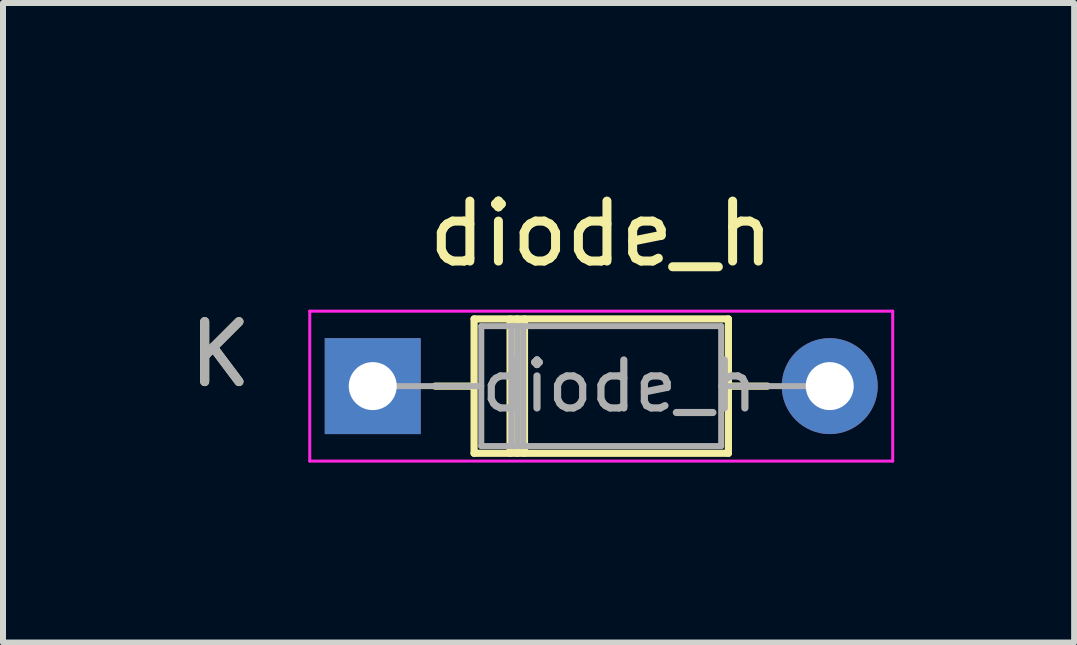
<source format=kicad_pcb>
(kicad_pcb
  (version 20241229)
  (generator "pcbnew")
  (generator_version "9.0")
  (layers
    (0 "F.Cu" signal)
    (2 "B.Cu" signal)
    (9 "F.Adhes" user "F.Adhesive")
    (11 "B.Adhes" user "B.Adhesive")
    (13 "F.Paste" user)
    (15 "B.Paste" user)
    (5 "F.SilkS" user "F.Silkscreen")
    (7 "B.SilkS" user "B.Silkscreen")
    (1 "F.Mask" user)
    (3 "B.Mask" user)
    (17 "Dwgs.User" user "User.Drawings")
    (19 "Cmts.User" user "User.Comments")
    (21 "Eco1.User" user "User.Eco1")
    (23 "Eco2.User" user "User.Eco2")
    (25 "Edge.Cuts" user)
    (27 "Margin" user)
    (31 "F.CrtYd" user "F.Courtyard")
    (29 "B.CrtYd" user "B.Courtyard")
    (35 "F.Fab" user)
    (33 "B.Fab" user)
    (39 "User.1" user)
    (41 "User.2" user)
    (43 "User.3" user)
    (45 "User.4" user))
  (footprint "diode_h"
    (layer "F.Cu")
    (at 3.165 3.388)
    (property "Reference" "diode_h" (at 3.81 -2.54 0) (layer "F.SilkS") (effects (font (size 1 1) (thickness 0.15))))
    (attr through_hole)
    (fp_line (start 1.04 0) (end 1.69 0) (stroke (width 0.12) (type solid)) (layer "F.SilkS"))
    (fp_line (start 1.69 -1.12) (end 1.69 1.12) (stroke (width 0.12) (type solid)) (layer "F.SilkS"))
    (fp_line (start 1.69 1.12) (end 5.93 1.12) (stroke (width 0.12) (type solid)) (layer "F.SilkS"))
    (fp_line (start 2.29 -1.12) (end 2.29 1.12) (stroke (width 0.12) (type solid)) (layer "F.SilkS"))
    (fp_line (start 2.41 -1.12) (end 2.41 1.12) (stroke (width 0.12) (type solid)) (layer "F.SilkS"))
    (fp_line (start 2.53 -1.12) (end 2.53 1.12) (stroke (width 0.12) (type solid)) (layer "F.SilkS"))
    (fp_line (start 5.93 -1.12) (end 1.69 -1.12) (stroke (width 0.12) (type solid)) (layer "F.SilkS"))
    (fp_line (start 5.93 1.12) (end 5.93 -1.12) (stroke (width 0.12) (type solid)) (layer "F.SilkS"))
    (fp_line (start 6.58 0) (end 5.93 0) (stroke (width 0.12) (type solid)) (layer "F.SilkS"))
    (fp_line (start -1.05 -1.25) (end -1.05 1.25) (stroke (width 0.05) (type solid)) (layer "F.CrtYd"))
    (fp_line (start -1.05 1.25) (end 8.67 1.25) (stroke (width 0.05) (type solid)) (layer "F.CrtYd"))
    (fp_line (start 8.67 -1.25) (end -1.05 -1.25) (stroke (width 0.05) (type solid)) (layer "F.CrtYd"))
    (fp_line (start 8.67 1.25) (end 8.67 -1.25) (stroke (width 0.05) (type solid)) (layer "F.CrtYd"))
    (fp_line (start 0 0) (end 1.81 0) (stroke (width 0.1) (type solid)) (layer "F.Fab"))
    (fp_line (start 1.81 -1) (end 1.81 1) (stroke (width 0.1) (type solid)) (layer "F.Fab"))
    (fp_line (start 1.81 1) (end 5.81 1) (stroke (width 0.1) (type solid)) (layer "F.Fab"))
    (fp_line (start 2.31 -1) (end 2.31 1) (stroke (width 0.1) (type solid)) (layer "F.Fab"))
    (fp_line (start 2.41 -1) (end 2.41 1) (stroke (width 0.1) (type solid)) (layer "F.Fab"))
    (fp_line (start 2.51 -1) (end 2.51 1) (stroke (width 0.1) (type solid)) (layer "F.Fab"))
    (fp_line (start 5.81 -1) (end 1.81 -1) (stroke (width 0.1) (type solid)) (layer "F.Fab"))
    (fp_line (start 5.81 1) (end 5.81 -1) (stroke (width 0.1) (type solid)) (layer "F.Fab"))
    (fp_line (start 7.62 0) (end 5.81 0) (stroke (width 0.1) (type solid)) (layer "F.Fab"))
    (fp_text user "K" (at -2.54 -0.53 180) (layer "F.SilkS") (effects (font (size 1 1) (thickness 0.15))))
    (fp_text user "${REFERENCE}" (at 4.11 0 180) (layer "F.Fab") (effects (font (size 0.8 0.8) (thickness 0.12))))
    (fp_text user "K" (at -2.54 -0.53 180) (layer "F.Fab") (effects (font (size 1 1) (thickness 0.15))))
    (pad "1" thru_hole rect (at 0 0) (size 1.6 1.6) (drill 0.8) (layers "*.Cu" "*.Mask"))
    (pad "2" thru_hole oval (at 7.62 0) (size 1.6 1.6) (drill 0.8) (layers "*.Cu" "*.Mask")))
  (gr_rect
    (start -3 -3)
    (end 14.86 7.663)
    (stroke (width 0.1) (type default))
    (fill no)
    (layer "Edge.Cuts")))
</source>
